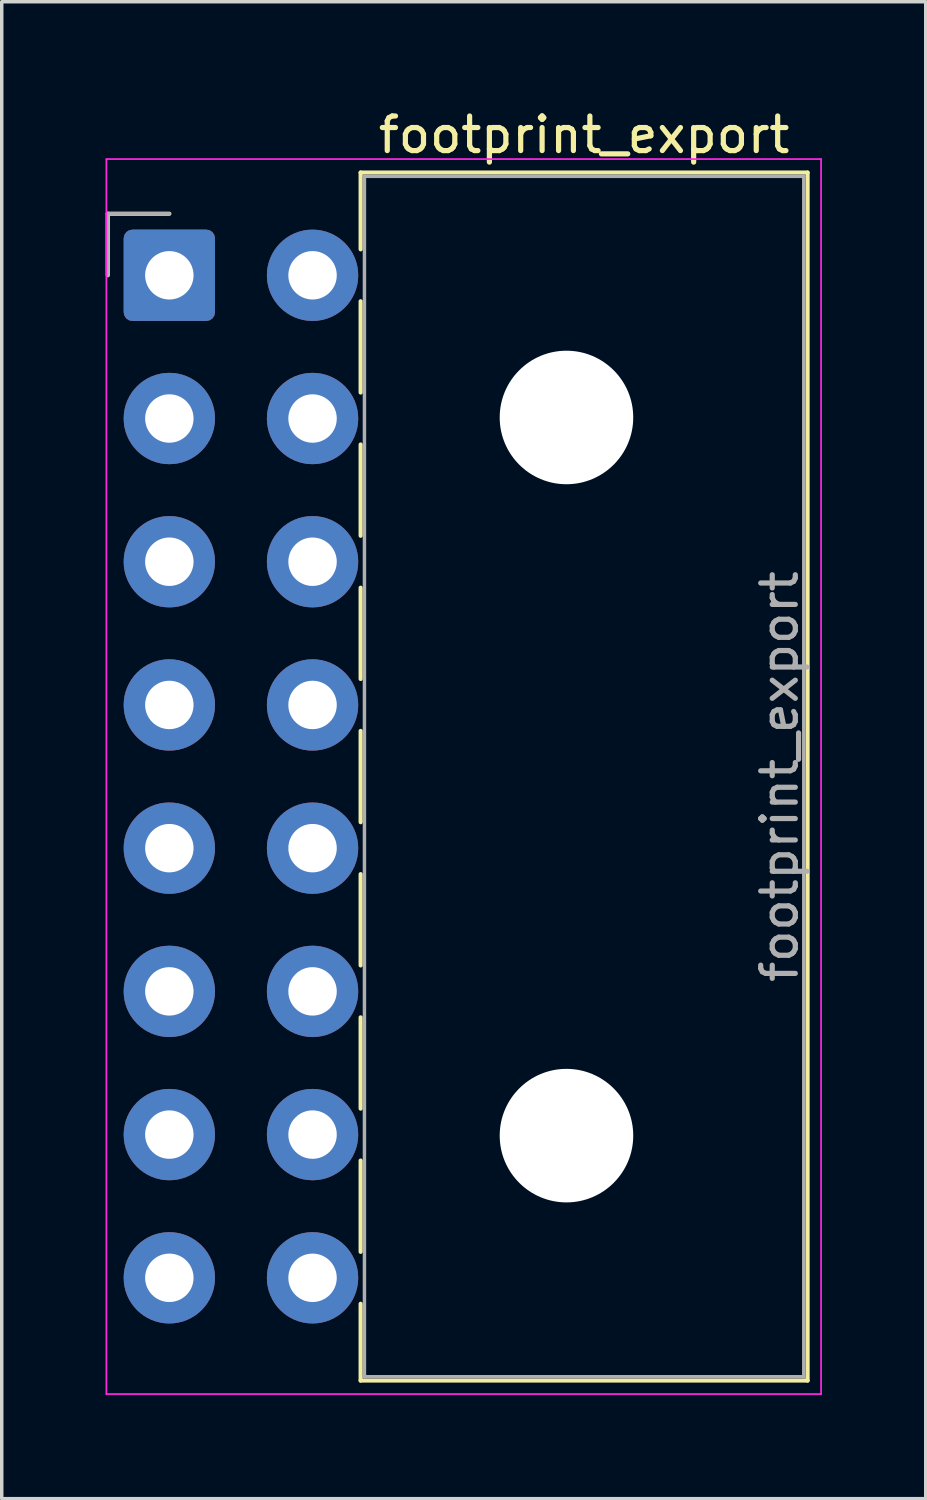
<source format=kicad_pcb>
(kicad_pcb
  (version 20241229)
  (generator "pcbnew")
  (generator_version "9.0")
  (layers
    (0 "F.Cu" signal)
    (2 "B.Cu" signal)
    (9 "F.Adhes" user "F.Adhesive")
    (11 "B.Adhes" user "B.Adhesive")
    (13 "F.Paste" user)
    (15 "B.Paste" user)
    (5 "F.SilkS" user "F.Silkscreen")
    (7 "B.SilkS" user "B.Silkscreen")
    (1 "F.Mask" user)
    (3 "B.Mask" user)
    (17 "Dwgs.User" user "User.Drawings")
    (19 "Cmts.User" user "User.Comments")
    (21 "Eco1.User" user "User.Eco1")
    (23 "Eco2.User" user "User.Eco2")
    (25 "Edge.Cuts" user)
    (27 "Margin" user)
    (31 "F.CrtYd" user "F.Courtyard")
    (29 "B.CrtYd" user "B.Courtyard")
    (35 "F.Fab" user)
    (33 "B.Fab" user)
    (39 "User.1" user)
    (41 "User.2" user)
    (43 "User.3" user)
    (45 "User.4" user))
  (footprint "footprint_export"
    (layer "F.Cu")
    (at 1.845 4.908)
    (property "Reference" "footprint_export" (at 11.99 -4.06 0) (layer "F.SilkS") (effects (font (size 1 1) (thickness 0.15))))
    (attr through_hole)
    (fp_line (start -1.78 -1.78) (end -1.78 0) (stroke (width 0.12) (type solid)) (layer "F.SilkS"))
    (fp_line (start 0 -1.78) (end -1.78 -1.78) (stroke (width 0.12) (type solid)) (layer "F.SilkS"))
    (fp_line (start 5.53 -2.97) (end 18.45 -2.97) (stroke (width 0.12) (type solid)) (layer "F.SilkS"))
    (fp_line (start 5.53 -0.751) (end 5.53 -2.97) (stroke (width 0.12) (type solid)) (layer "F.SilkS"))
    (fp_line (start 5.53 0.751) (end 5.53 3.389) (stroke (width 0.12) (type solid)) (layer "F.SilkS"))
    (fp_line (start 5.53 4.891) (end 5.53 7.529) (stroke (width 0.12) (type solid)) (layer "F.SilkS"))
    (fp_line (start 5.53 9.031) (end 5.53 11.669) (stroke (width 0.12) (type solid)) (layer "F.SilkS"))
    (fp_line (start 5.53 13.171) (end 5.53 15.809) (stroke (width 0.12) (type solid)) (layer "F.SilkS"))
    (fp_line (start 5.53 17.311) (end 5.53 19.949) (stroke (width 0.12) (type solid)) (layer "F.SilkS"))
    (fp_line (start 5.53 21.451) (end 5.53 24.089) (stroke (width 0.12) (type solid)) (layer "F.SilkS"))
    (fp_line (start 5.53 25.591) (end 5.53 28.229) (stroke (width 0.12) (type solid)) (layer "F.SilkS"))
    (fp_line (start 5.53 31.95) (end 5.53 29.731) (stroke (width 0.12) (type solid)) (layer "F.SilkS"))
    (fp_line (start 18.45 -2.97) (end 18.45 31.95) (stroke (width 0.12) (type solid)) (layer "F.SilkS"))
    (fp_line (start 18.45 31.95) (end 5.53 31.95) (stroke (width 0.12) (type solid)) (layer "F.SilkS"))
    (fp_line (start -1.82 -3.36) (end -1.82 32.34) (stroke (width 0.05) (type solid)) (layer "F.CrtYd"))
    (fp_line (start -1.82 32.34) (end 18.84 32.34) (stroke (width 0.05) (type solid)) (layer "F.CrtYd"))
    (fp_line (start 18.84 -3.36) (end -1.82 -3.36) (stroke (width 0.05) (type solid)) (layer "F.CrtYd"))
    (fp_line (start 18.84 32.34) (end 18.84 -3.36) (stroke (width 0.05) (type solid)) (layer "F.CrtYd"))
    (fp_line (start -1.78 -1.78) (end -1.78 0) (stroke (width 0.1) (type solid)) (layer "F.Fab"))
    (fp_line (start 0 -1.78) (end -1.78 -1.78) (stroke (width 0.1) (type solid)) (layer "F.Fab"))
    (fp_line (start 5.64 -2.86) (end 5.64 31.84) (stroke (width 0.1) (type solid)) (layer "F.Fab"))
    (fp_line (start 5.64 31.84) (end 18.34 31.84) (stroke (width 0.1) (type solid)) (layer "F.Fab"))
    (fp_line (start 18.34 -2.86) (end 5.64 -2.86) (stroke (width 0.1) (type solid)) (layer "F.Fab"))
    (fp_line (start 18.34 31.84) (end 18.34 -2.86) (stroke (width 0.1) (type solid)) (layer "F.Fab"))
    (fp_text user "${REFERENCE}" (at 17.64 14.49 90) (layer "F.Fab") (effects (font (size 1 1) (thickness 0.15))))
    (pad "" np_thru_hole circle (at 11.48 4.11) (size 3.86 3.86) (drill 3.86) (layers "*.Cu" "*.Mask"))
    (pad "" np_thru_hole circle (at 11.48 24.87) (size 3.86 3.86) (drill 3.86) (layers "*.Cu" "*.Mask"))
    (pad "1" thru_hole roundrect (at 0 0) (size 2.64 2.64) (drill 1.4) (layers "*.Cu" "*.Mask") (roundrect_rratio 0.095))
    (pad "2" thru_hole circle (at 0 4.14) (size 2.64 2.64) (drill 1.4) (layers "*.Cu" "*.Mask"))
    (pad "3" thru_hole circle (at 0 8.28) (size 2.64 2.64) (drill 1.4) (layers "*.Cu" "*.Mask"))
    (pad "4" thru_hole circle (at 0 12.42) (size 2.64 2.64) (drill 1.4) (layers "*.Cu" "*.Mask"))
    (pad "5" thru_hole circle (at 0 16.56) (size 2.64 2.64) (drill 1.4) (layers "*.Cu" "*.Mask"))
    (pad "6" thru_hole circle (at 0 20.7) (size 2.64 2.64) (drill 1.4) (layers "*.Cu" "*.Mask"))
    (pad "7" thru_hole circle (at 0 24.84) (size 2.64 2.64) (drill 1.4) (layers "*.Cu" "*.Mask"))
    (pad "8" thru_hole circle (at 0 28.98) (size 2.64 2.64) (drill 1.4) (layers "*.Cu" "*.Mask"))
    (pad "9" thru_hole circle (at 4.14 0) (size 2.64 2.64) (drill 1.4) (layers "*.Cu" "*.Mask"))
    (pad "10" thru_hole circle (at 4.14 4.14) (size 2.64 2.64) (drill 1.4) (layers "*.Cu" "*.Mask"))
    (pad "11" thru_hole circle (at 4.14 8.28) (size 2.64 2.64) (drill 1.4) (layers "*.Cu" "*.Mask"))
    (pad "12" thru_hole circle (at 4.14 12.42) (size 2.64 2.64) (drill 1.4) (layers "*.Cu" "*.Mask"))
    (pad "13" thru_hole circle (at 4.14 16.56) (size 2.64 2.64) (drill 1.4) (layers "*.Cu" "*.Mask"))
    (pad "14" thru_hole circle (at 4.14 20.7) (size 2.64 2.64) (drill 1.4) (layers "*.Cu" "*.Mask"))
    (pad "15" thru_hole circle (at 4.14 24.84) (size 2.64 2.64) (drill 1.4) (layers "*.Cu" "*.Mask"))
    (pad "16" thru_hole circle (at 4.14 28.98) (size 2.64 2.64) (drill 1.4) (layers "*.Cu" "*.Mask")))
  (gr_rect
    (start -3 -3)
    (end 23.71 40.273)
    (stroke (width 0.1) (type default))
    (fill no)
    (layer "Edge.Cuts")))
</source>
